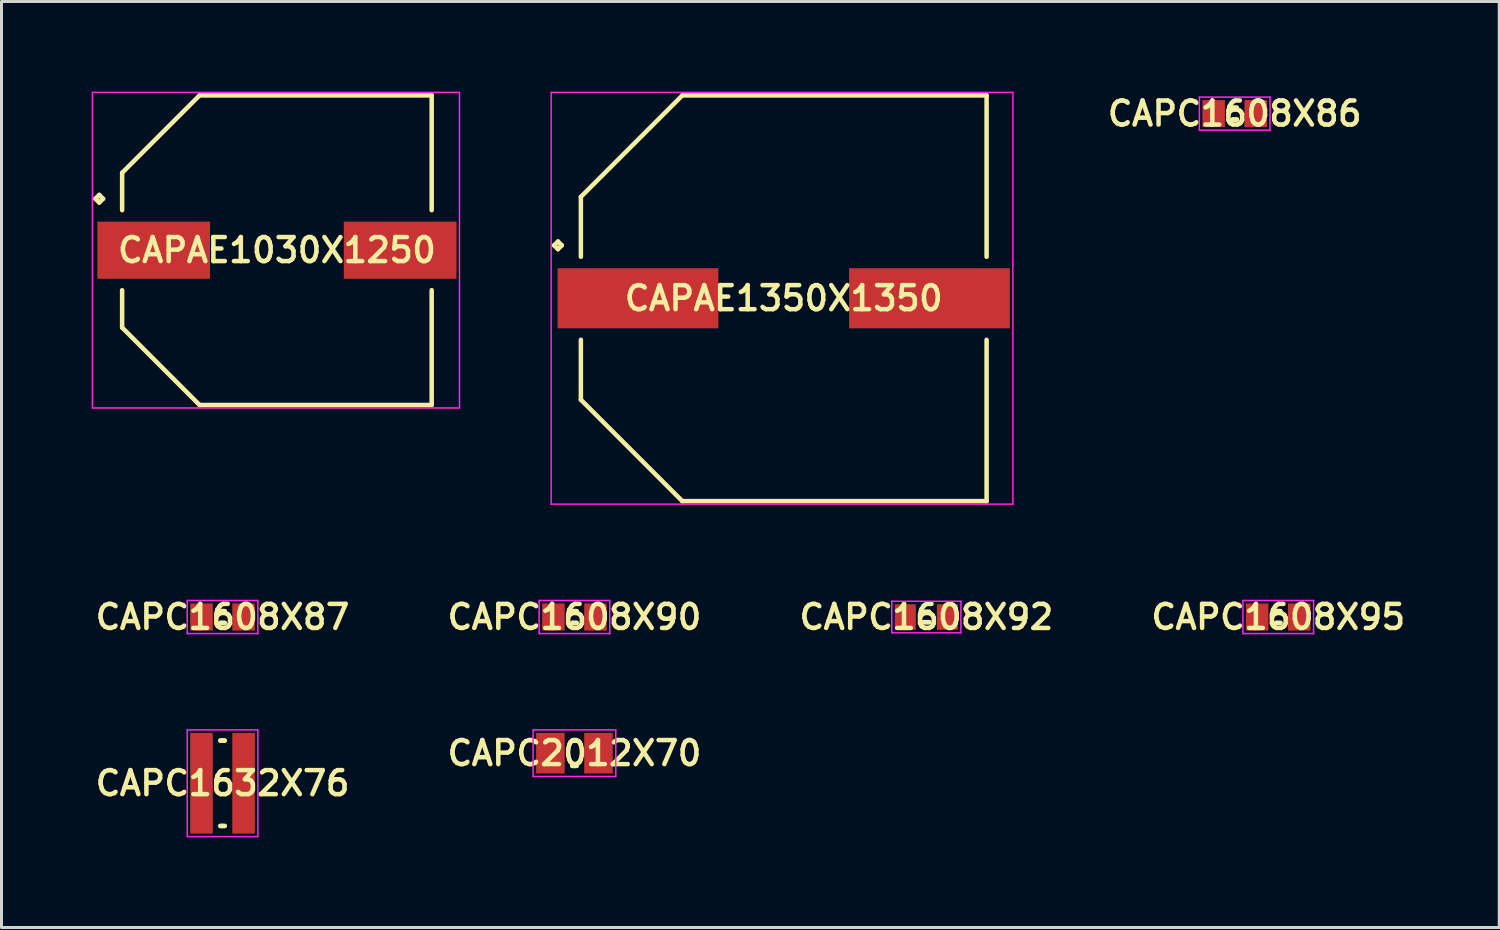
<source format=kicad_pcb>
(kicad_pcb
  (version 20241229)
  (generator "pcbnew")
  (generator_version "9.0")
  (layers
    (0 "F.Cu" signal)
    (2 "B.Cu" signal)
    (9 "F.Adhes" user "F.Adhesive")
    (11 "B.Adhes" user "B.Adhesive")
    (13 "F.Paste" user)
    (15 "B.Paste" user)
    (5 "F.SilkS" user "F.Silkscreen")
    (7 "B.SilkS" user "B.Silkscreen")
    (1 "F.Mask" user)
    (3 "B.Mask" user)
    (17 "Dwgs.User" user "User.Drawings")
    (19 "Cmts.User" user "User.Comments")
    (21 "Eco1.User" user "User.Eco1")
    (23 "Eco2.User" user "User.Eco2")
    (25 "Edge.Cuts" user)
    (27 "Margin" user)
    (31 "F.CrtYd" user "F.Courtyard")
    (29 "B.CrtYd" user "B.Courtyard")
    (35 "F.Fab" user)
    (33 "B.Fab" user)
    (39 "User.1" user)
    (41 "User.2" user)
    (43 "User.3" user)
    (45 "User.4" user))
  (footprint "CAPC2012X70"
    (layer "F.Cu")
    (at 16.064 22.012)
    (property "Reference" "CAPC2012X70" (at 0 0 0) (layer "F.SilkS") (effects (font (size 0.8 0.8) (thickness 0.15))))
    (attr smd)
    (fp_line (start -0.071 -0.421) (end 0.071 -0.421) (stroke (width 0.15) (type solid)) (layer "F.SilkS"))
    (fp_line (start -0.071 0.421) (end 0.071 0.421) (stroke (width 0.15) (type solid)) (layer "F.SilkS"))
    (fp_line (start 0.071 -0.421) (end -0.071 -0.421) (stroke (width 0.15) (type solid)) (layer "F.SilkS"))
    (fp_line (start 0.071 0.421) (end -0.071 0.421) (stroke (width 0.15) (type solid)) (layer "F.SilkS"))
    (fp_line (start -1.375 -0.775) (end 1.375 -0.775) (stroke (width 0.05) (type solid)) (layer "F.CrtYd"))
    (fp_line (start -1.375 0.775) (end -1.375 -0.775) (stroke (width 0.05) (type solid)) (layer "F.CrtYd"))
    (fp_line (start 1.375 -0.775) (end 1.375 0.775) (stroke (width 0.05) (type solid)) (layer "F.CrtYd"))
    (fp_line (start 1.375 0.775) (end -1.375 0.775) (stroke (width 0.05) (type solid)) (layer "F.CrtYd"))
    (pad "1" smd rect (at -0.8 0) (size 0.95 1.35) (layers "F.Cu" "F.Mask" "F.Paste"))
    (pad "2" smd rect (at 0.8 0) (size 0.95 1.35) (layers "F.Cu" "F.Mask" "F.Paste")))
  (footprint "CAPC1608X90"
    (layer "F.Cu")
    (at 16.064 17.481)
    (property "Reference" "CAPC1608X90" (at 0 0 0) (layer "F.SilkS") (effects (font (size 0.8 0.8) (thickness 0.15))))
    (attr smd)
    (fp_line (start -0.071 -0.196) (end 0.071 -0.196) (stroke (width 0.15) (type solid)) (layer "F.SilkS"))
    (fp_line (start -0.071 0.196) (end 0.071 0.196) (stroke (width 0.15) (type solid)) (layer "F.SilkS"))
    (fp_line (start 0.071 -0.196) (end -0.071 -0.196) (stroke (width 0.15) (type solid)) (layer "F.SilkS"))
    (fp_line (start 0.071 0.196) (end -0.071 0.196) (stroke (width 0.15) (type solid)) (layer "F.SilkS"))
    (fp_line (start -1.175 -0.55) (end 1.175 -0.55) (stroke (width 0.05) (type solid)) (layer "F.CrtYd"))
    (fp_line (start -1.175 0.55) (end -1.175 -0.55) (stroke (width 0.05) (type solid)) (layer "F.CrtYd"))
    (fp_line (start 1.175 -0.55) (end 1.175 0.55) (stroke (width 0.05) (type solid)) (layer "F.CrtYd"))
    (fp_line (start 1.175 0.55) (end -1.175 0.55) (stroke (width 0.05) (type solid)) (layer "F.CrtYd"))
    (pad "1" smd rect (at -0.7 0) (size 0.75 0.9) (layers "F.Cu" "F.Mask" "F.Paste"))
    (pad "2" smd rect (at 0.7 0) (size 0.75 0.9) (layers "F.Cu" "F.Mask" "F.Paste")))
  (footprint "CAPAE1350X1350"
    (layer "F.Cu")
    (at 23.028 6.875)
    (property "Reference" "CAPAE1350X1350" (at 0 0 0) (layer "F.SilkS") (effects (font (size 0.8 0.8) (thickness 0.15))))
    (attr smd)
    (fp_line (start -7.639 -1.762) (end -7.512 -1.889) (stroke (width 0.15) (type solid)) (layer "F.SilkS"))
    (fp_line (start -7.512 -1.889) (end -7.385 -1.762) (stroke (width 0.15) (type solid)) (layer "F.SilkS"))
    (fp_line (start -7.512 -1.635) (end -7.639 -1.762) (stroke (width 0.15) (type solid)) (layer "F.SilkS"))
    (fp_line (start -7.385 -1.762) (end -7.512 -1.635) (stroke (width 0.15) (type solid)) (layer "F.SilkS"))
    (fp_line (start -6.75 -3.375) (end -6.75 -1.381) (stroke (width 0.15) (type solid)) (layer "F.SilkS"))
    (fp_line (start -6.75 3.375) (end -6.75 1.381) (stroke (width 0.15) (type solid)) (layer "F.SilkS"))
    (fp_line (start -3.375 -6.75) (end -6.75 -3.375) (stroke (width 0.15) (type solid)) (layer "F.SilkS"))
    (fp_line (start -3.375 6.75) (end -6.75 3.375) (stroke (width 0.15) (type solid)) (layer "F.SilkS"))
    (fp_line (start 6.75 -6.75) (end -3.375 -6.75) (stroke (width 0.15) (type solid)) (layer "F.SilkS"))
    (fp_line (start 6.75 -1.381) (end 6.75 -6.75) (stroke (width 0.15) (type solid)) (layer "F.SilkS"))
    (fp_line (start 6.75 1.381) (end 6.75 6.75) (stroke (width 0.15) (type solid)) (layer "F.SilkS"))
    (fp_line (start 6.75 6.75) (end -3.375 6.75) (stroke (width 0.15) (type solid)) (layer "F.SilkS"))
    (fp_line (start -7.739 -6.85) (end 7.625 -6.85) (stroke (width 0.05) (type solid)) (layer "F.CrtYd"))
    (fp_line (start -7.739 6.85) (end -7.739 -6.85) (stroke (width 0.05) (type solid)) (layer "F.CrtYd"))
    (fp_line (start 7.625 -6.85) (end 7.625 6.85) (stroke (width 0.05) (type solid)) (layer "F.CrtYd"))
    (fp_line (start 7.625 6.85) (end -7.739 6.85) (stroke (width 0.05) (type solid)) (layer "F.CrtYd"))
    (pad "1" smd rect (at -4.85 0) (size 5.35 2) (layers "F.Cu" "F.Mask" "F.Paste"))
    (pad "2" smd rect (at 4.85 0) (size 5.35 2) (layers "F.Cu" "F.Mask" "F.Paste")))
  (footprint "CAPC1608X87"
    (layer "F.Cu")
    (at 4.355 17.481)
    (property "Reference" "CAPC1608X87" (at 0 0 0) (layer "F.SilkS") (effects (font (size 0.8 0.8) (thickness 0.15))))
    (attr smd)
    (fp_line (start -0.071 -0.196) (end 0.071 -0.196) (stroke (width 0.15) (type solid)) (layer "F.SilkS"))
    (fp_line (start -0.071 0.196) (end 0.071 0.196) (stroke (width 0.15) (type solid)) (layer "F.SilkS"))
    (fp_line (start 0.071 -0.196) (end -0.071 -0.196) (stroke (width 0.15) (type solid)) (layer "F.SilkS"))
    (fp_line (start 0.071 0.196) (end -0.071 0.196) (stroke (width 0.15) (type solid)) (layer "F.SilkS"))
    (fp_line (start -1.175 -0.55) (end 1.175 -0.55) (stroke (width 0.05) (type solid)) (layer "F.CrtYd"))
    (fp_line (start -1.175 0.55) (end -1.175 -0.55) (stroke (width 0.05) (type solid)) (layer "F.CrtYd"))
    (fp_line (start 1.175 -0.55) (end 1.175 0.55) (stroke (width 0.05) (type solid)) (layer "F.CrtYd"))
    (fp_line (start 1.175 0.55) (end -1.175 0.55) (stroke (width 0.05) (type solid)) (layer "F.CrtYd"))
    (pad "1" smd rect (at -0.7 0) (size 0.75 0.9) (layers "F.Cu" "F.Mask" "F.Paste"))
    (pad "2" smd rect (at 0.7 0) (size 0.75 0.9) (layers "F.Cu" "F.Mask" "F.Paste")))
  (footprint "CAPC1608X86"
    (layer "F.Cu")
    (at 38.033 0.731)
    (property "Reference" "CAPC1608X86" (at 0 0 0) (layer "F.SilkS") (effects (font (size 0.8 0.8) (thickness 0.15))))
    (attr smd)
    (fp_line (start -0.071 -0.196) (end 0.071 -0.196) (stroke (width 0.15) (type solid)) (layer "F.SilkS"))
    (fp_line (start -0.071 0.196) (end 0.071 0.196) (stroke (width 0.15) (type solid)) (layer "F.SilkS"))
    (fp_line (start 0.071 -0.196) (end -0.071 -0.196) (stroke (width 0.15) (type solid)) (layer "F.SilkS"))
    (fp_line (start 0.071 0.196) (end -0.071 0.196) (stroke (width 0.15) (type solid)) (layer "F.SilkS"))
    (fp_line (start -1.175 -0.55) (end 1.175 -0.55) (stroke (width 0.05) (type solid)) (layer "F.CrtYd"))
    (fp_line (start -1.175 0.55) (end -1.175 -0.55) (stroke (width 0.05) (type solid)) (layer "F.CrtYd"))
    (fp_line (start 1.175 -0.55) (end 1.175 0.55) (stroke (width 0.05) (type solid)) (layer "F.CrtYd"))
    (fp_line (start 1.175 0.55) (end -1.175 0.55) (stroke (width 0.05) (type solid)) (layer "F.CrtYd"))
    (pad "1" smd rect (at -0.7 0) (size 0.75 0.9) (layers "F.Cu" "F.Mask" "F.Paste"))
    (pad "2" smd rect (at 0.7 0) (size 0.75 0.9) (layers "F.Cu" "F.Mask" "F.Paste")))
  (footprint "CAPAE1030X1250"
    (layer "F.Cu")
    (at 6.164 5.275)
    (property "Reference" "CAPAE1030X1250" (at 0 0 0) (layer "F.SilkS") (effects (font (size 0.8 0.8) (thickness 0.15))))
    (attr smd)
    (fp_line (start -6.039 -1.712) (end -5.912 -1.839) (stroke (width 0.15) (type solid)) (layer "F.SilkS"))
    (fp_line (start -5.912 -1.839) (end -5.785 -1.712) (stroke (width 0.15) (type solid)) (layer "F.SilkS"))
    (fp_line (start -5.912 -1.585) (end -6.039 -1.712) (stroke (width 0.15) (type solid)) (layer "F.SilkS"))
    (fp_line (start -5.785 -1.712) (end -5.912 -1.585) (stroke (width 0.15) (type solid)) (layer "F.SilkS"))
    (fp_line (start -5.15 -2.575) (end -5.15 -1.331) (stroke (width 0.15) (type solid)) (layer "F.SilkS"))
    (fp_line (start -5.15 2.575) (end -5.15 1.331) (stroke (width 0.15) (type solid)) (layer "F.SilkS"))
    (fp_line (start -2.575 -5.15) (end -5.15 -2.575) (stroke (width 0.15) (type solid)) (layer "F.SilkS"))
    (fp_line (start -2.575 5.15) (end -5.15 2.575) (stroke (width 0.15) (type solid)) (layer "F.SilkS"))
    (fp_line (start 5.15 -5.15) (end -2.575 -5.15) (stroke (width 0.15) (type solid)) (layer "F.SilkS"))
    (fp_line (start 5.15 -1.331) (end 5.15 -5.15) (stroke (width 0.15) (type solid)) (layer "F.SilkS"))
    (fp_line (start 5.15 1.331) (end 5.15 5.15) (stroke (width 0.15) (type solid)) (layer "F.SilkS"))
    (fp_line (start 5.15 5.15) (end -2.575 5.15) (stroke (width 0.15) (type solid)) (layer "F.SilkS"))
    (fp_line (start -6.139 -5.25) (end 6.075 -5.25) (stroke (width 0.05) (type solid)) (layer "F.CrtYd"))
    (fp_line (start -6.139 5.25) (end -6.139 -5.25) (stroke (width 0.05) (type solid)) (layer "F.CrtYd"))
    (fp_line (start 6.075 -5.25) (end 6.075 5.25) (stroke (width 0.05) (type solid)) (layer "F.CrtYd"))
    (fp_line (start 6.075 5.25) (end -6.139 5.25) (stroke (width 0.05) (type solid)) (layer "F.CrtYd"))
    (pad "1" smd rect (at -4.1 0) (size 3.75 1.9) (layers "F.Cu" "F.Mask" "F.Paste"))
    (pad "2" smd rect (at 4.1 0) (size 3.75 1.9) (layers "F.Cu" "F.Mask" "F.Paste")))
  (footprint "CAPC1608X95"
    (layer "F.Cu")
    (at 39.482 17.481)
    (property "Reference" "CAPC1608X95" (at 0 0 0) (layer "F.SilkS") (effects (font (size 0.8 0.8) (thickness 0.15))))
    (attr smd)
    (fp_line (start -0.071 -0.196) (end 0.071 -0.196) (stroke (width 0.15) (type solid)) (layer "F.SilkS"))
    (fp_line (start -0.071 0.196) (end 0.071 0.196) (stroke (width 0.15) (type solid)) (layer "F.SilkS"))
    (fp_line (start 0.071 -0.196) (end -0.071 -0.196) (stroke (width 0.15) (type solid)) (layer "F.SilkS"))
    (fp_line (start 0.071 0.196) (end -0.071 0.196) (stroke (width 0.15) (type solid)) (layer "F.SilkS"))
    (fp_line (start -1.175 -0.55) (end 1.175 -0.55) (stroke (width 0.05) (type solid)) (layer "F.CrtYd"))
    (fp_line (start -1.175 0.55) (end -1.175 -0.55) (stroke (width 0.05) (type solid)) (layer "F.CrtYd"))
    (fp_line (start 1.175 -0.55) (end 1.175 0.55) (stroke (width 0.05) (type solid)) (layer "F.CrtYd"))
    (fp_line (start 1.175 0.55) (end -1.175 0.55) (stroke (width 0.05) (type solid)) (layer "F.CrtYd"))
    (pad "1" smd rect (at -0.7 0) (size 0.75 0.9) (layers "F.Cu" "F.Mask" "F.Paste"))
    (pad "2" smd rect (at 0.7 0) (size 0.75 0.9) (layers "F.Cu" "F.Mask" "F.Paste")))
  (footprint "CAPC1632X76"
    (layer "F.Cu")
    (at 4.355 23.012)
    (property "Reference" "CAPC1632X76" (at 0 0 0) (layer "F.SilkS") (effects (font (size 0.8 0.8) (thickness 0.15))))
    (attr smd)
    (fp_line (start -0.071 -1.421) (end 0.071 -1.421) (stroke (width 0.15) (type solid)) (layer "F.SilkS"))
    (fp_line (start -0.071 1.421) (end 0.071 1.421) (stroke (width 0.15) (type solid)) (layer "F.SilkS"))
    (fp_line (start 0.071 -1.421) (end -0.071 -1.421) (stroke (width 0.15) (type solid)) (layer "F.SilkS"))
    (fp_line (start 0.071 1.421) (end -0.071 1.421) (stroke (width 0.15) (type solid)) (layer "F.SilkS"))
    (fp_line (start -1.175 -1.775) (end 1.175 -1.775) (stroke (width 0.05) (type solid)) (layer "F.CrtYd"))
    (fp_line (start -1.175 1.775) (end -1.175 -1.775) (stroke (width 0.05) (type solid)) (layer "F.CrtYd"))
    (fp_line (start 1.175 -1.775) (end 1.175 1.775) (stroke (width 0.05) (type solid)) (layer "F.CrtYd"))
    (fp_line (start 1.175 1.775) (end -1.175 1.775) (stroke (width 0.05) (type solid)) (layer "F.CrtYd"))
    (pad "1" smd rect (at -0.7 0) (size 0.75 3.35) (layers "F.Cu" "F.Mask" "F.Paste"))
    (pad "2" smd rect (at 0.7 0) (size 0.75 3.35) (layers "F.Cu" "F.Mask" "F.Paste")))
  (footprint "CAPC1608X92"
    (layer "F.Cu")
    (at 27.773 17.481)
    (property "Reference" "CAPC1608X92" (at 0 0 0) (layer "F.SilkS") (effects (font (size 0.8 0.8) (thickness 0.15))))
    (attr smd)
    (fp_line (start -0.096 -0.171) (end 0.096 -0.171) (stroke (width 0.15) (type solid)) (layer "F.SilkS"))
    (fp_line (start -0.096 0.171) (end 0.096 0.171) (stroke (width 0.15) (type solid)) (layer "F.SilkS"))
    (fp_line (start 0.096 -0.171) (end -0.096 -0.171) (stroke (width 0.15) (type solid)) (layer "F.SilkS"))
    (fp_line (start 0.096 0.171) (end -0.096 0.171) (stroke (width 0.15) (type solid)) (layer "F.SilkS"))
    (fp_line (start -1.15 -0.525) (end 1.15 -0.525) (stroke (width 0.05) (type solid)) (layer "F.CrtYd"))
    (fp_line (start -1.15 0.525) (end -1.15 -0.525) (stroke (width 0.05) (type solid)) (layer "F.CrtYd"))
    (fp_line (start 1.15 -0.525) (end 1.15 0.525) (stroke (width 0.05) (type solid)) (layer "F.CrtYd"))
    (fp_line (start 1.15 0.525) (end -1.15 0.525) (stroke (width 0.05) (type solid)) (layer "F.CrtYd"))
    (pad "1" smd rect (at -0.7 0) (size 0.7 0.85) (layers "F.Cu" "F.Mask" "F.Paste"))
    (pad "2" smd rect (at 0.7 0) (size 0.7 0.85) (layers "F.Cu" "F.Mask" "F.Paste")))
  (gr_rect
    (start -3 -3)
    (end 46.836 27.812)
    (stroke (width 0.1) (type default))
    (fill no)
    (layer "Edge.Cuts")))
</source>
